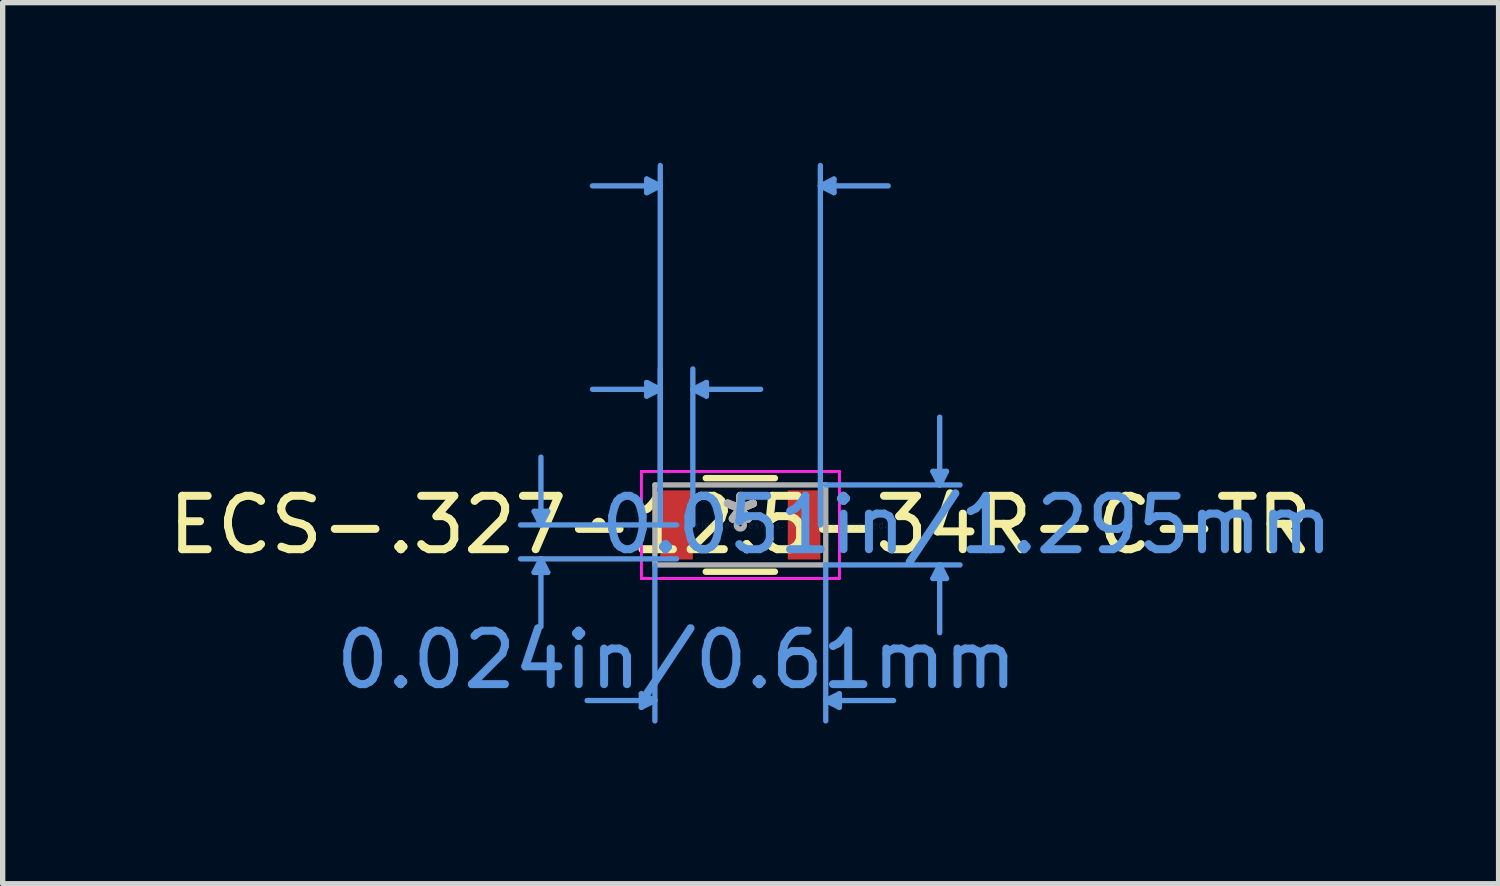
<source format=kicad_pcb>
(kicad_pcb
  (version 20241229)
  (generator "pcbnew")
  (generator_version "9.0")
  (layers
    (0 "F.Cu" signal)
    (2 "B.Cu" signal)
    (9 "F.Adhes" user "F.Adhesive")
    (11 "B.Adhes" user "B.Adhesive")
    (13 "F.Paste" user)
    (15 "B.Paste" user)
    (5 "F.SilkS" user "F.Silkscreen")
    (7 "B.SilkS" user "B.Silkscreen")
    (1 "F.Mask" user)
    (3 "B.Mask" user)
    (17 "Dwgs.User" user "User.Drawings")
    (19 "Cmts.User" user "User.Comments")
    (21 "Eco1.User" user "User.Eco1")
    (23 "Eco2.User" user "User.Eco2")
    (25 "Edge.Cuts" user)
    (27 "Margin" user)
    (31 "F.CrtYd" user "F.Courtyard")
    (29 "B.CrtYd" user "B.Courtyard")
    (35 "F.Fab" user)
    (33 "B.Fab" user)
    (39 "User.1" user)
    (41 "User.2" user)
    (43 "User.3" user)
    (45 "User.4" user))
  (footprint "ECS-.327-12.5-34R-C-TR"
    (layer "F.Cu")
    (at 10.815 6.781)
    (property "Reference" "ECS-.327-12.5-34R-C-TR" (at 0 0 0) (layer "F.SilkS") (effects (font (size 1 1) (thickness 0.15))))
    (attr through_hole)
    (fp_line (start -0.647 0.876) (end 0.647 0.876) (stroke (width 0.12) (type solid)) (layer "F.SilkS"))
    (fp_line (start 0.647 -0.876) (end -0.647 -0.876) (stroke (width 0.12) (type solid)) (layer "F.SilkS"))
    (fp_circle (center -2.654 0) (end -2.578 0) (stroke (width 0.12) (type solid)) (fill no) (layer "F.SilkS"))
    (fp_line (start -3.861 -0.254) (end -3.607 -0.254) (stroke (width 0.1) (type solid)) (layer "Cmts.User"))
    (fp_line (start -3.861 0.889) (end -3.607 0.889) (stroke (width 0.1) (type solid)) (layer "Cmts.User"))
    (fp_line (start -3.734 0) (end -3.861 -0.254) (stroke (width 0.1) (type solid)) (layer "Cmts.User"))
    (fp_line (start -3.734 0) (end -3.734 -1.27) (stroke (width 0.1) (type solid)) (layer "Cmts.User"))
    (fp_line (start -3.734 0) (end -3.607 -0.254) (stroke (width 0.1) (type solid)) (layer "Cmts.User"))
    (fp_line (start -3.734 0.635) (end -3.861 0.889) (stroke (width 0.1) (type solid)) (layer "Cmts.User"))
    (fp_line (start -3.734 0.635) (end -3.734 1.905) (stroke (width 0.1) (type solid)) (layer "Cmts.User"))
    (fp_line (start -3.734 0.635) (end -3.607 0.889) (stroke (width 0.1) (type solid)) (layer "Cmts.User"))
    (fp_line (start -1.854 3.162) (end -1.854 3.416) (stroke (width 0.1) (type solid)) (layer "Cmts.User"))
    (fp_line (start -1.753 -6.477) (end -1.753 -6.223) (stroke (width 0.1) (type solid)) (layer "Cmts.User"))
    (fp_line (start -1.753 -2.667) (end -1.753 -2.413) (stroke (width 0.1) (type solid)) (layer "Cmts.User"))
    (fp_line (start -1.6 0.749) (end -1.6 3.67) (stroke (width 0.1) (type solid)) (layer "Cmts.User"))
    (fp_line (start -1.6 3.289) (end -2.87 3.289) (stroke (width 0.1) (type solid)) (layer "Cmts.User"))
    (fp_line (start -1.6 3.289) (end -1.854 3.162) (stroke (width 0.1) (type solid)) (layer "Cmts.User"))
    (fp_line (start -1.6 3.289) (end -1.854 3.416) (stroke (width 0.1) (type solid)) (layer "Cmts.User"))
    (fp_line (start -1.499 -6.35) (end -2.769 -6.35) (stroke (width 0.1) (type solid)) (layer "Cmts.User"))
    (fp_line (start -1.499 -6.35) (end -1.753 -6.477) (stroke (width 0.1) (type solid)) (layer "Cmts.User"))
    (fp_line (start -1.499 -6.35) (end -1.753 -6.223) (stroke (width 0.1) (type solid)) (layer "Cmts.User"))
    (fp_line (start -1.499 -2.54) (end -2.769 -2.54) (stroke (width 0.1) (type solid)) (layer "Cmts.User"))
    (fp_line (start -1.499 -2.54) (end -1.753 -2.667) (stroke (width 0.1) (type solid)) (layer "Cmts.User"))
    (fp_line (start -1.499 -2.54) (end -1.753 -2.413) (stroke (width 0.1) (type solid)) (layer "Cmts.User"))
    (fp_line (start -1.499 0) (end -1.499 -6.731) (stroke (width 0.1) (type solid)) (layer "Cmts.User"))
    (fp_line (start -1.499 0) (end -1.499 -2.921) (stroke (width 0.1) (type solid)) (layer "Cmts.User"))
    (fp_line (start -1.194 0) (end -4.115 0) (stroke (width 0.1) (type solid)) (layer "Cmts.User"))
    (fp_line (start -1.194 0.635) (end -4.115 0.635) (stroke (width 0.1) (type solid)) (layer "Cmts.User"))
    (fp_line (start -0.889 -2.54) (end -0.635 -2.667) (stroke (width 0.1) (type solid)) (layer "Cmts.User"))
    (fp_line (start -0.889 -2.54) (end -0.635 -2.413) (stroke (width 0.1) (type solid)) (layer "Cmts.User"))
    (fp_line (start -0.889 -2.54) (end 0.381 -2.54) (stroke (width 0.1) (type solid)) (layer "Cmts.User"))
    (fp_line (start -0.889 0) (end -0.889 -2.921) (stroke (width 0.1) (type solid)) (layer "Cmts.User"))
    (fp_line (start -0.635 -2.667) (end -0.635 -2.413) (stroke (width 0.1) (type solid)) (layer "Cmts.User"))
    (fp_line (start 1.499 -6.35) (end 1.753 -6.477) (stroke (width 0.1) (type solid)) (layer "Cmts.User"))
    (fp_line (start 1.499 -6.35) (end 1.753 -6.223) (stroke (width 0.1) (type solid)) (layer "Cmts.User"))
    (fp_line (start 1.499 -6.35) (end 2.769 -6.35) (stroke (width 0.1) (type solid)) (layer "Cmts.User"))
    (fp_line (start 1.499 0) (end 1.499 -6.731) (stroke (width 0.1) (type solid)) (layer "Cmts.User"))
    (fp_line (start 1.6 -0.749) (end 4.115 -0.749) (stroke (width 0.1) (type solid)) (layer "Cmts.User"))
    (fp_line (start 1.6 0.749) (end 1.6 3.67) (stroke (width 0.1) (type solid)) (layer "Cmts.User"))
    (fp_line (start 1.6 0.749) (end 4.115 0.749) (stroke (width 0.1) (type solid)) (layer "Cmts.User"))
    (fp_line (start 1.6 3.289) (end 1.854 3.162) (stroke (width 0.1) (type solid)) (layer "Cmts.User"))
    (fp_line (start 1.6 3.289) (end 1.854 3.416) (stroke (width 0.1) (type solid)) (layer "Cmts.User"))
    (fp_line (start 1.6 3.289) (end 2.87 3.289) (stroke (width 0.1) (type solid)) (layer "Cmts.User"))
    (fp_line (start 1.753 -6.477) (end 1.753 -6.223) (stroke (width 0.1) (type solid)) (layer "Cmts.User"))
    (fp_line (start 1.854 3.162) (end 1.854 3.416) (stroke (width 0.1) (type solid)) (layer "Cmts.User"))
    (fp_line (start 3.607 -1.003) (end 3.861 -1.003) (stroke (width 0.1) (type solid)) (layer "Cmts.User"))
    (fp_line (start 3.607 1.003) (end 3.861 1.003) (stroke (width 0.1) (type solid)) (layer "Cmts.User"))
    (fp_line (start 3.734 -0.749) (end 3.607 -1.003) (stroke (width 0.1) (type solid)) (layer "Cmts.User"))
    (fp_line (start 3.734 -0.749) (end 3.734 -2.019) (stroke (width 0.1) (type solid)) (layer "Cmts.User"))
    (fp_line (start 3.734 -0.749) (end 3.861 -1.003) (stroke (width 0.1) (type solid)) (layer "Cmts.User"))
    (fp_line (start 3.734 0.749) (end 3.607 1.003) (stroke (width 0.1) (type solid)) (layer "Cmts.User"))
    (fp_line (start 3.734 0.749) (end 3.734 2.019) (stroke (width 0.1) (type solid)) (layer "Cmts.User"))
    (fp_line (start 3.734 0.749) (end 3.861 1.003) (stroke (width 0.1) (type solid)) (layer "Cmts.User"))
    (fp_line (start -1.854 -1.003) (end 1.854 -1.003) (stroke (width 0.05) (type solid)) (layer "F.CrtYd"))
    (fp_line (start -1.854 -1.003) (end 1.854 -1.003) (stroke (width 0.05) (type solid)) (layer "F.CrtYd"))
    (fp_line (start -1.854 -0.902) (end -1.854 -1.003) (stroke (width 0.05) (type solid)) (layer "F.CrtYd"))
    (fp_line (start -1.854 -0.902) (end -1.854 -1.003) (stroke (width 0.05) (type solid)) (layer "F.CrtYd"))
    (fp_line (start -1.854 -0.902) (end -1.854 -0.902) (stroke (width 0.05) (type solid)) (layer "F.CrtYd"))
    (fp_line (start -1.854 -0.902) (end -1.854 -0.902) (stroke (width 0.05) (type solid)) (layer "F.CrtYd"))
    (fp_line (start -1.854 0.902) (end -1.854 -0.902) (stroke (width 0.05) (type solid)) (layer "F.CrtYd"))
    (fp_line (start -1.854 0.902) (end -1.854 -0.902) (stroke (width 0.05) (type solid)) (layer "F.CrtYd"))
    (fp_line (start -1.854 0.902) (end -1.854 0.902) (stroke (width 0.05) (type solid)) (layer "F.CrtYd"))
    (fp_line (start -1.854 0.902) (end -1.854 0.902) (stroke (width 0.05) (type solid)) (layer "F.CrtYd"))
    (fp_line (start -1.854 1.003) (end -1.854 0.902) (stroke (width 0.05) (type solid)) (layer "F.CrtYd"))
    (fp_line (start -1.854 1.003) (end -1.854 0.902) (stroke (width 0.05) (type solid)) (layer "F.CrtYd"))
    (fp_line (start 1.854 -1.003) (end 1.854 -0.902) (stroke (width 0.05) (type solid)) (layer "F.CrtYd"))
    (fp_line (start 1.854 -1.003) (end 1.854 -0.902) (stroke (width 0.05) (type solid)) (layer "F.CrtYd"))
    (fp_line (start 1.854 -0.902) (end 1.854 -0.902) (stroke (width 0.05) (type solid)) (layer "F.CrtYd"))
    (fp_line (start 1.854 -0.902) (end 1.854 -0.902) (stroke (width 0.05) (type solid)) (layer "F.CrtYd"))
    (fp_line (start 1.854 -0.902) (end 1.854 0.902) (stroke (width 0.05) (type solid)) (layer "F.CrtYd"))
    (fp_line (start 1.854 -0.902) (end 1.854 0.902) (stroke (width 0.05) (type solid)) (layer "F.CrtYd"))
    (fp_line (start 1.854 0.902) (end 1.854 0.902) (stroke (width 0.05) (type solid)) (layer "F.CrtYd"))
    (fp_line (start 1.854 0.902) (end 1.854 0.902) (stroke (width 0.05) (type solid)) (layer "F.CrtYd"))
    (fp_line (start 1.854 0.902) (end 1.854 1.003) (stroke (width 0.05) (type solid)) (layer "F.CrtYd"))
    (fp_line (start 1.854 0.902) (end 1.854 1.003) (stroke (width 0.05) (type solid)) (layer "F.CrtYd"))
    (fp_line (start 1.854 1.003) (end -1.854 1.003) (stroke (width 0.05) (type solid)) (layer "F.CrtYd"))
    (fp_line (start 1.854 1.003) (end -1.854 1.003) (stroke (width 0.05) (type solid)) (layer "F.CrtYd"))
    (fp_line (start -1.6 -0.749) (end -1.6 0.749) (stroke (width 0.1) (type solid)) (layer "F.Fab"))
    (fp_line (start -1.6 0.749) (end 1.6 0.749) (stroke (width 0.1) (type solid)) (layer "F.Fab"))
    (fp_line (start 1.6 -0.749) (end -1.6 -0.749) (stroke (width 0.1) (type solid)) (layer "F.Fab"))
    (fp_line (start 1.6 0.749) (end 1.6 -0.749) (stroke (width 0.1) (type solid)) (layer "F.Fab"))
    (fp_circle (center 0 0) (end 0.076 0) (stroke (width 0.1) (type solid)) (fill no) (layer "F.Fab"))
    (fp_text user "*" (at 0 0 0) (layer "F.SilkS") (effects (font (size 1 1) (thickness 0.15))))
    (fp_text user "Copyright 2021 Accelerated Designs. All rights reserved." (at 0 0 0) (layer "Cmts.User") (effects (font (size 0.127 0.127) (thickness 0.002))))
    (fp_text user "0.051in/1.295mm" (at 4.242 0 0) (layer "Cmts.User") (effects (font (size 1 1) (thickness 0.15))))
    (fp_text user "0.024in/0.61mm" (at -1.194 2.527 0) (layer "Cmts.User") (effects (font (size 1 1) (thickness 0.15))))
    (fp_text user "*" (at 0 0 0) (layer "F.Fab") (effects (font (size 1 1) (thickness 0.15))))
    (pad "1" smd rect (at -1.194 0) (size 0.61 1.295) (layers "F.Cu" "F.Mask" "F.Paste"))
    (pad "2" smd rect (at 1.194 0) (size 0.61 1.295) (layers "F.Cu" "F.Mask" "F.Paste")))
  (gr_rect
    (start -3 -3)
    (end 25.016 13.501)
    (stroke (width 0.1) (type default))
    (fill no)
    (layer "Edge.Cuts")))
</source>
